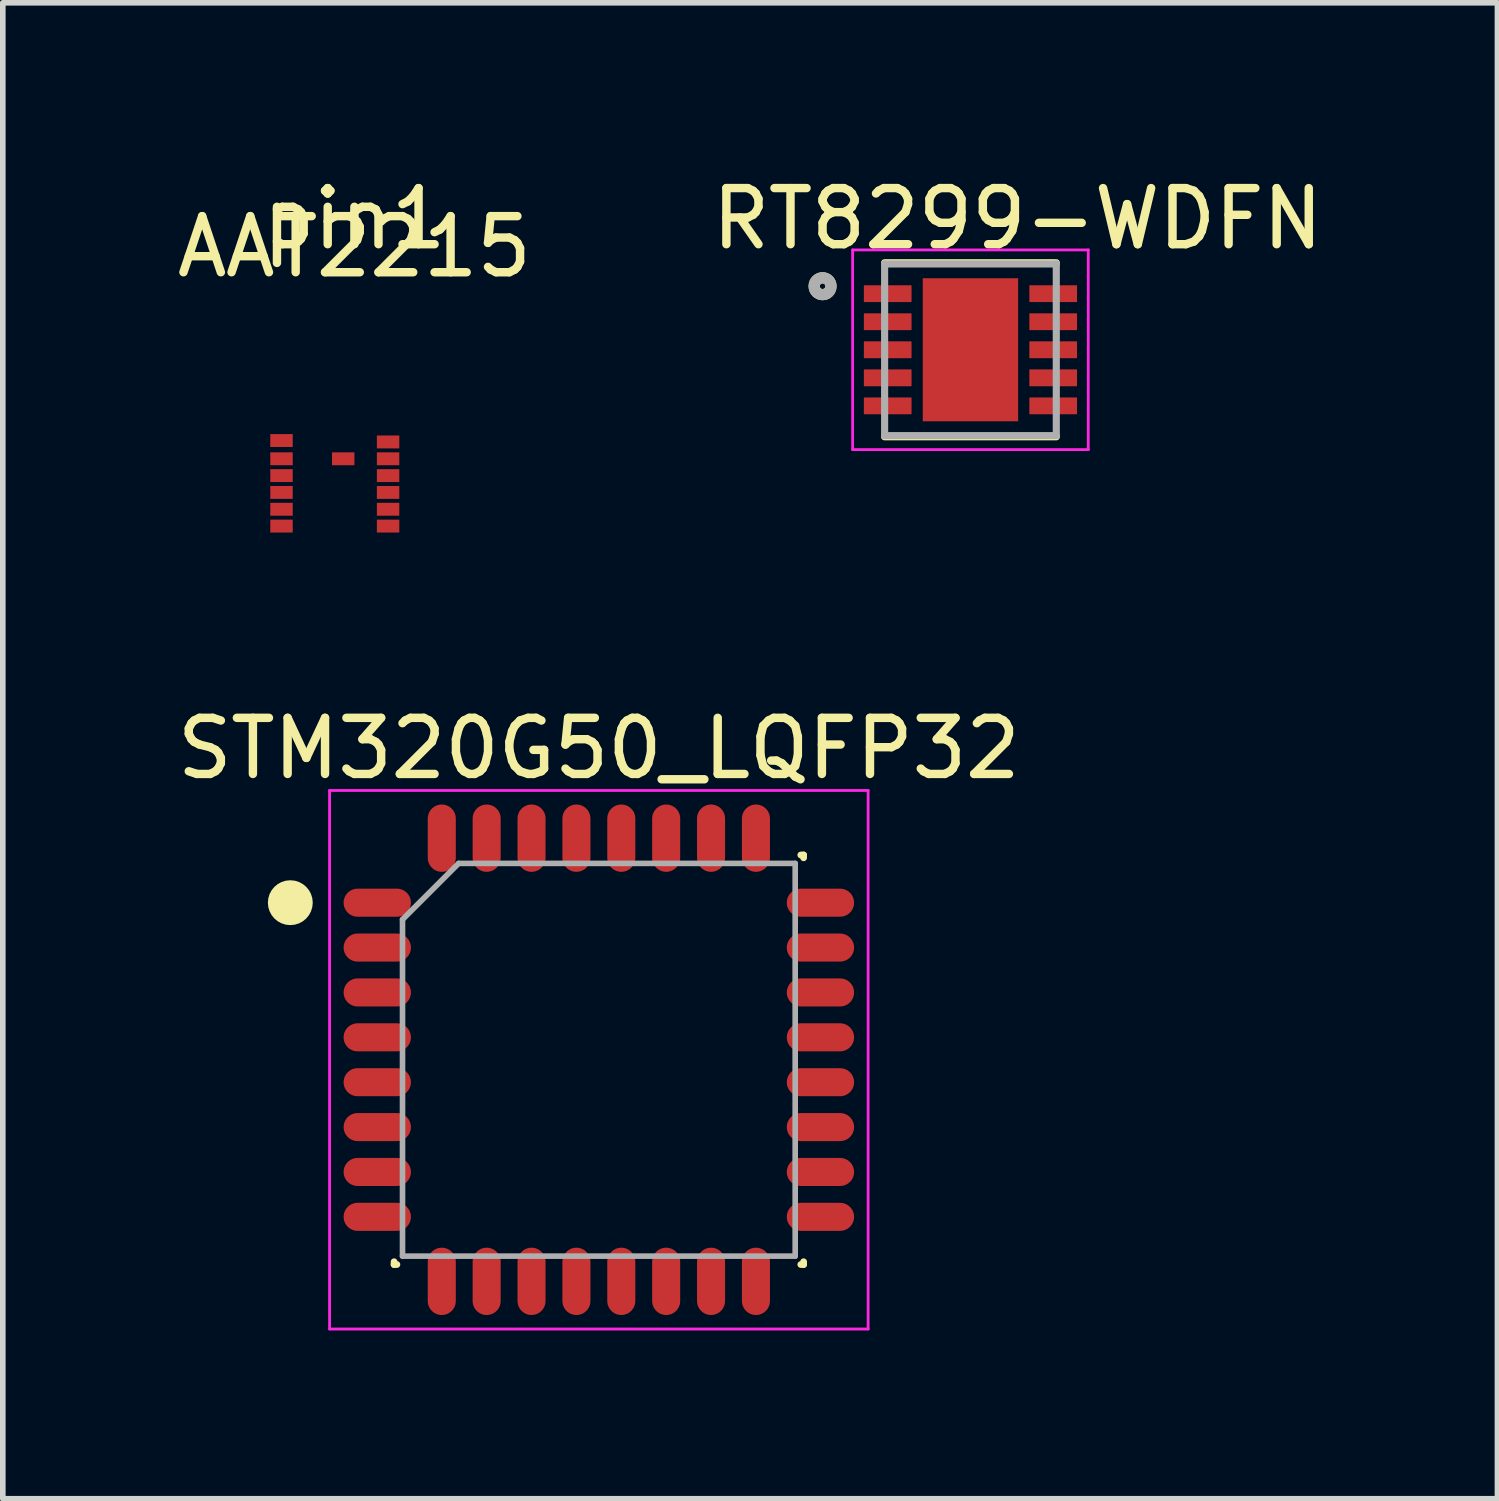
<source format=kicad_pcb>
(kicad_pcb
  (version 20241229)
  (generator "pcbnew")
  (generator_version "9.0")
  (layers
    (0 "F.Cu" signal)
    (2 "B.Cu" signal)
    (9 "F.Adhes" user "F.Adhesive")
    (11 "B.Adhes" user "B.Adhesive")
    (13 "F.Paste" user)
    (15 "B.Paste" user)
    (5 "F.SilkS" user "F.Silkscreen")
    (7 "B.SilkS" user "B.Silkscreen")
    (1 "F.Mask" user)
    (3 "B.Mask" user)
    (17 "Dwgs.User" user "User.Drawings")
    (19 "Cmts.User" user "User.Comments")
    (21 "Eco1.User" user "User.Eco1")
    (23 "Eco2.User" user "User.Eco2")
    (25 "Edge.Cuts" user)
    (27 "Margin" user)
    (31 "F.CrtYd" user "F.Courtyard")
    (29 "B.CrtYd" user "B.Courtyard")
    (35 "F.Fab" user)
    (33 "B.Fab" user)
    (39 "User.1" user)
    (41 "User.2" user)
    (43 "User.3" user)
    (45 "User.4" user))
  (footprint "AAT2215"
    (layer "F.Cu")
    (at 3.268 5.928)
    (property "Reference" "AAT2215" (at 0 -4.58 0) (layer "F.SilkS") (effects (font (size 1 1) (thickness 0.15))))
    (attr smd)
    (fp_text user "pin1" (at 0 -5.08 0) (layer "F.SilkS") (effects (font (size 1 1) (thickness 0.15))))
    (pad "1-LX" smd rect (at -1.3 -1.125) (size 0.4 0.23) (layers "F.Cu" "F.Mask" "F.Paste"))
    (pad "2-LX" smd rect (at -1.3 -0.8) (size 0.4 0.23) (layers "F.Cu" "F.Mask" "F.Paste"))
    (pad "3-EN" smd rect (at -1.3 -0.5) (size 0.4 0.23) (layers "F.Cu" "F.Mask" "F.Paste"))
    (pad "4-IN" smd rect (at -1.3 -0.2) (size 0.4 0.23) (layers "F.Cu" "F.Mask" "F.Paste"))
    (pad "5-RDY/" smd rect (at -1.3 0.1) (size 0.4 0.23) (layers "F.Cu" "F.Mask" "F.Paste"))
    (pad "6-AGND" smd rect (at -1.3 0.4) (size 0.4 0.23) (layers "F.Cu" "F.Mask" "F.Paste"))
    (pad "7-FB" smd rect (at 0.6 0.4) (size 0.4 0.23) (layers "F.Cu" "F.Mask" "F.Paste"))
    (pad "8-RSET" smd rect (at 0.6 0.1) (size 0.4 0.23) (layers "F.Cu" "F.Mask" "F.Paste"))
    (pad "9-OUT" smd rect (at 0.6 -0.2) (size 0.4 0.23) (layers "F.Cu" "F.Mask" "F.Paste"))
    (pad "10-OUT" smd rect (at 0.6 -0.5) (size 0.4 0.23) (layers "F.Cu" "F.Mask" "F.Paste"))
    (pad "11-PGND" smd rect (at 0.6 -0.8) (size 0.4 0.23) (layers "F.Cu" "F.Mask" "F.Paste"))
    (pad "12-PGND" smd rect (at 0.6 -1.1) (size 0.4 0.23) (layers "F.Cu" "F.Mask" "F.Paste"))
    (pad "EP" smd rect (at -0.2 -0.8) (size 0.4 0.23) (layers "F.Cu" "F.Mask" "F.Paste")))
  (footprint "STM320G50_LQFP32"
    (layer "F.Cu")
    (at 7.625 15.841)
    (property "Reference" "STM320G50_LQFP32" (at 0 -5.55 0) (layer "F.SilkS") (effects (font (size 1 1) (thickness 0.15))))
    (attr smd)
    (fp_line (start -3.65 3.65) (end -3.65 3.6) (stroke (width 0.12) (type solid)) (layer "F.SilkS"))
    (fp_line (start -3.6 3.65) (end -3.65 3.65) (stroke (width 0.12) (type solid)) (layer "F.SilkS"))
    (fp_line (start 3.6 -3.65) (end 3.65 -3.65) (stroke (width 0.12) (type solid)) (layer "F.SilkS"))
    (fp_line (start 3.6 3.65) (end 3.65 3.65) (stroke (width 0.12) (type solid)) (layer "F.SilkS"))
    (fp_line (start 3.65 -3.65) (end 3.65 -3.6) (stroke (width 0.12) (type solid)) (layer "F.SilkS"))
    (fp_line (start 3.65 3.65) (end 3.65 3.6) (stroke (width 0.12) (type solid)) (layer "F.SilkS"))
    (fp_circle (center -5.5 -2.8) (end -5.3 -2.8) (stroke (width 0.4) (type solid)) (fill no) (layer "F.SilkS"))
    (fp_line (start -4.8 -4.8) (end 4.8 -4.8) (stroke (width 0.05) (type solid)) (layer "F.CrtYd"))
    (fp_line (start -4.8 4.8) (end -4.8 -4.8) (stroke (width 0.05) (type solid)) (layer "F.CrtYd"))
    (fp_line (start 4.8 -4.8) (end 4.8 4.8) (stroke (width 0.05) (type solid)) (layer "F.CrtYd"))
    (fp_line (start 4.8 4.8) (end -4.8 4.8) (stroke (width 0.05) (type solid)) (layer "F.CrtYd"))
    (fp_line (start -3.5 -2.5) (end -3.5 3.5) (stroke (width 0.1) (type solid)) (layer "F.Fab"))
    (fp_line (start -3.5 3.5) (end 3.5 3.5) (stroke (width 0.1) (type solid)) (layer "F.Fab"))
    (fp_line (start -2.5 -3.5) (end -3.5 -2.5) (stroke (width 0.1) (type solid)) (layer "F.Fab"))
    (fp_line (start 3.5 -3.5) (end -2.5 -3.5) (stroke (width 0.1) (type solid)) (layer "F.Fab"))
    (fp_line (start 3.5 3.5) (end 3.5 -3.5) (stroke (width 0.1) (type solid)) (layer "F.Fab"))
    (pad "1" smd oval (at -3.95 -2.8 90) (size 0.5 1.2) (layers "F.Cu" "F.Mask" "F.Paste"))
    (pad "2" smd oval (at -3.95 -2 90) (size 0.5 1.2) (layers "F.Cu" "F.Mask" "F.Paste"))
    (pad "3" smd oval (at -3.95 -1.2 90) (size 0.5 1.2) (layers "F.Cu" "F.Mask" "F.Paste"))
    (pad "4" smd oval (at -3.95 -0.4 90) (size 0.5 1.2) (layers "F.Cu" "F.Mask" "F.Paste"))
    (pad "5" smd oval (at -3.95 0.4 90) (size 0.5 1.2) (layers "F.Cu" "F.Mask" "F.Paste"))
    (pad "6" smd oval (at -3.95 1.2 90) (size 0.5 1.2) (layers "F.Cu" "F.Mask" "F.Paste"))
    (pad "7" smd oval (at -3.95 2 90) (size 0.5 1.2) (layers "F.Cu" "F.Mask" "F.Paste"))
    (pad "8" smd oval (at -3.95 2.8 90) (size 0.5 1.2) (layers "F.Cu" "F.Mask" "F.Paste"))
    (pad "9" smd oval (at -2.8 3.95) (size 0.5 1.2) (layers "F.Cu" "F.Mask" "F.Paste"))
    (pad "10" smd oval (at -2 3.95) (size 0.5 1.2) (layers "F.Cu" "F.Mask" "F.Paste"))
    (pad "11" smd oval (at -1.2 3.95) (size 0.5 1.2) (layers "F.Cu" "F.Mask" "F.Paste"))
    (pad "12" smd oval (at -0.4 3.95) (size 0.5 1.2) (layers "F.Cu" "F.Mask" "F.Paste"))
    (pad "13" smd oval (at 0.4 3.95) (size 0.5 1.2) (layers "F.Cu" "F.Mask" "F.Paste"))
    (pad "14" smd oval (at 1.2 3.95) (size 0.5 1.2) (layers "F.Cu" "F.Mask" "F.Paste"))
    (pad "15" smd oval (at 2 3.95) (size 0.5 1.2) (layers "F.Cu" "F.Mask" "F.Paste"))
    (pad "16" smd oval (at 2.8 3.95) (size 0.5 1.2) (layers "F.Cu" "F.Mask" "F.Paste"))
    (pad "17" smd oval (at 3.95 2.8 90) (size 0.5 1.2) (layers "F.Cu" "F.Mask" "F.Paste"))
    (pad "18" smd oval (at 3.95 2 90) (size 0.5 1.2) (layers "F.Cu" "F.Mask" "F.Paste"))
    (pad "19" smd oval (at 3.95 1.2 90) (size 0.5 1.2) (layers "F.Cu" "F.Mask" "F.Paste"))
    (pad "20" smd oval (at 3.95 0.4 90) (size 0.5 1.2) (layers "F.Cu" "F.Mask" "F.Paste"))
    (pad "21" smd oval (at 3.95 -0.4 90) (size 0.5 1.2) (layers "F.Cu" "F.Mask" "F.Paste"))
    (pad "22" smd oval (at 3.95 -1.2 90) (size 0.5 1.2) (layers "F.Cu" "F.Mask" "F.Paste"))
    (pad "23" smd oval (at 3.95 -2 90) (size 0.5 1.2) (layers "F.Cu" "F.Mask" "F.Paste"))
    (pad "24" smd oval (at 3.95 -2.8 90) (size 0.5 1.2) (layers "F.Cu" "F.Mask" "F.Paste"))
    (pad "25" smd oval (at 2.8 -3.95) (size 0.5 1.2) (layers "F.Cu" "F.Mask" "F.Paste"))
    (pad "26" smd oval (at 2 -3.95) (size 0.5 1.2) (layers "F.Cu" "F.Mask" "F.Paste"))
    (pad "27" smd oval (at 1.2 -3.95) (size 0.5 1.2) (layers "F.Cu" "F.Mask" "F.Paste"))
    (pad "28" smd oval (at 0.4 -3.95) (size 0.5 1.2) (layers "F.Cu" "F.Mask" "F.Paste"))
    (pad "29" smd oval (at -0.4 -3.95) (size 0.5 1.2) (layers "F.Cu" "F.Mask" "F.Paste"))
    (pad "30" smd oval (at -1.2 -3.95) (size 0.5 1.2) (layers "F.Cu" "F.Mask" "F.Paste"))
    (pad "31" smd oval (at -2 -3.95) (size 0.5 1.2) (layers "F.Cu" "F.Mask" "F.Paste"))
    (pad "32" smd oval (at -2.8 -3.95) (size 0.5 1.2) (layers "F.Cu" "F.Mask" "F.Paste")))
  (footprint "RT8299-WDFN"
    (layer "F.Cu")
    (at 14.249 3.185)
    (property "Reference" "RT8299-WDFN" (at 0.84 -2.337 0) (layer "F.SilkS") (effects (font (size 1 1) (thickness 0.15))))
    (attr through_hole)
    (fp_line (start -1.53 -1.551) (end 1.53 -1.551) (stroke (width 0.127) (type solid)) (layer "F.SilkS"))
    (fp_line (start -1.53 1.551) (end 1.53 1.551) (stroke (width 0.127) (type solid)) (layer "F.SilkS"))
    (fp_circle (center -2.636 -1.133) (end -2.486 -1.133) (stroke (width 0.2) (type solid)) (fill no) (layer "F.SilkS"))
    (fp_poly (pts (xy -0.625 -1.045) (xy -0.095 -1.045) (xy -0.095 -0.095) (xy -0.625 -0.095)) (stroke (width 0.01) (type solid)) (fill yes) (layer "F.Paste"))
    (fp_poly (pts (xy -0.625 0.095) (xy -0.095 0.095) (xy -0.095 1.045) (xy -0.625 1.045)) (stroke (width 0.01) (type solid)) (fill yes) (layer "F.Paste"))
    (fp_poly (pts (xy 0.095 -1.045) (xy 0.625 -1.045) (xy 0.625 -0.095) (xy 0.095 -0.095)) (stroke (width 0.01) (type solid)) (fill yes) (layer "F.Paste"))
    (fp_poly (pts (xy 0.095 0.095) (xy 0.625 0.095) (xy 0.625 1.045) (xy 0.095 1.045)) (stroke (width 0.01) (type solid)) (fill yes) (layer "F.Paste"))
    (fp_line (start -2.1 -1.78) (end -2.1 1.78) (stroke (width 0.05) (type solid)) (layer "F.CrtYd"))
    (fp_line (start -2.1 -1.78) (end 2.1 -1.78) (stroke (width 0.05) (type solid)) (layer "F.CrtYd"))
    (fp_line (start -2.1 1.78) (end 2.1 1.78) (stroke (width 0.05) (type solid)) (layer "F.CrtYd"))
    (fp_line (start 2.1 -1.78) (end 2.1 1.78) (stroke (width 0.05) (type solid)) (layer "F.CrtYd"))
    (fp_line (start -1.53 -1.53) (end -1.53 1.53) (stroke (width 0.127) (type solid)) (layer "F.Fab"))
    (fp_line (start -1.53 -1.53) (end 1.53 -1.53) (stroke (width 0.127) (type solid)) (layer "F.Fab"))
    (fp_line (start -1.53 1.53) (end 1.53 1.53) (stroke (width 0.127) (type solid)) (layer "F.Fab"))
    (fp_line (start 1.53 -1.53) (end 1.53 1.53) (stroke (width 0.127) (type solid)) (layer "F.Fab"))
    (fp_circle (center -2.636 -1.133) (end -2.486 -1.133) (stroke (width 0.2) (type solid)) (fill no) (layer "F.Fab"))
    (pad "1" smd roundrect (at -1.475 -1) (size 0.85 0.3) (layers "F.Cu" "F.Mask" "F.Paste") (roundrect_rratio 0.03))
    (pad "2" smd roundrect (at -1.475 -0.5) (size 0.85 0.3) (layers "F.Cu" "F.Mask" "F.Paste") (roundrect_rratio 0.03))
    (pad "3" smd roundrect (at -1.475 0) (size 0.85 0.3) (layers "F.Cu" "F.Mask" "F.Paste") (roundrect_rratio 0.03))
    (pad "4" smd roundrect (at -1.475 0.5) (size 0.85 0.3) (layers "F.Cu" "F.Mask" "F.Paste") (roundrect_rratio 0.03))
    (pad "5" smd roundrect (at -1.475 1) (size 0.85 0.3) (layers "F.Cu" "F.Mask" "F.Paste") (roundrect_rratio 0.03))
    (pad "6" smd roundrect (at 1.475 0.5) (size 0.85 0.3) (layers "F.Cu" "F.Mask" "F.Paste") (roundrect_rratio 0.03))
    (pad "6" smd roundrect (at 1.475 1) (size 0.85 0.3) (layers "F.Cu" "F.Mask" "F.Paste") (roundrect_rratio 0.03))
    (pad "8" smd roundrect (at 1.475 -0.5) (size 0.85 0.3) (layers "F.Cu" "F.Mask" "F.Paste") (roundrect_rratio 0.03))
    (pad "8" smd roundrect (at 1.475 0) (size 0.85 0.3) (layers "F.Cu" "F.Mask" "F.Paste") (roundrect_rratio 0.03))
    (pad "10" smd rect (at 0 0) (size 1.7 2.55) (layers "F.Cu" "F.Mask"))
    (pad "10" smd roundrect (at 1.475 -1) (size 0.85 0.3) (layers "F.Cu" "F.Mask" "F.Paste") (roundrect_rratio 0.03)))
  (gr_rect
    (start -3 -3)
    (end 23.643 23.666)
    (stroke (width 0.1) (type default))
    (fill no)
    (layer "Edge.Cuts")))
</source>
